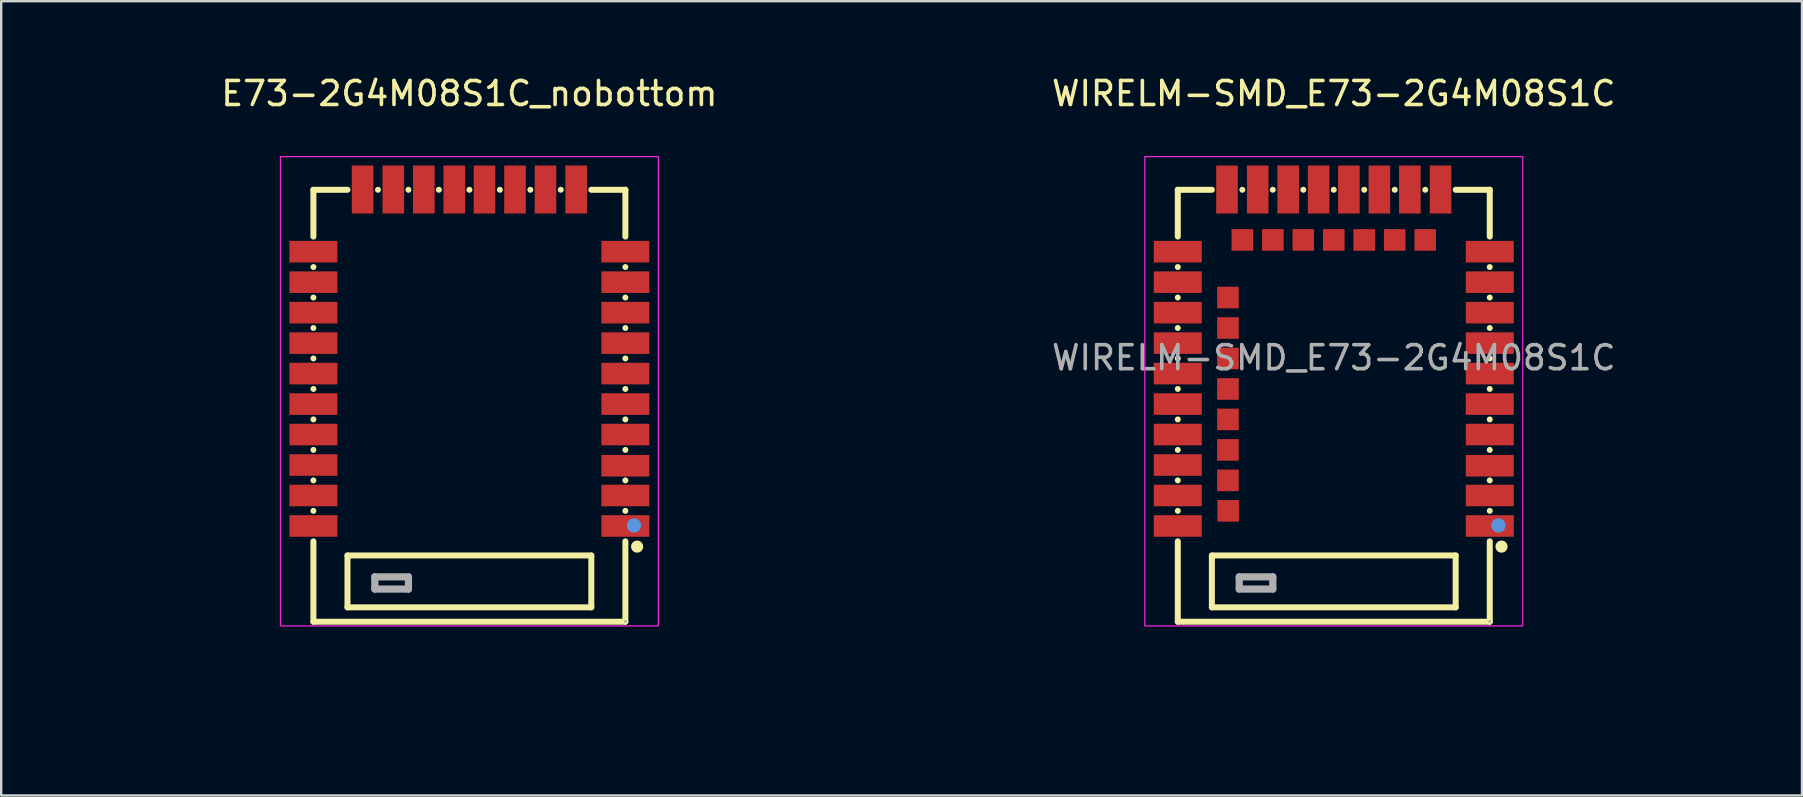
<source format=kicad_pcb>
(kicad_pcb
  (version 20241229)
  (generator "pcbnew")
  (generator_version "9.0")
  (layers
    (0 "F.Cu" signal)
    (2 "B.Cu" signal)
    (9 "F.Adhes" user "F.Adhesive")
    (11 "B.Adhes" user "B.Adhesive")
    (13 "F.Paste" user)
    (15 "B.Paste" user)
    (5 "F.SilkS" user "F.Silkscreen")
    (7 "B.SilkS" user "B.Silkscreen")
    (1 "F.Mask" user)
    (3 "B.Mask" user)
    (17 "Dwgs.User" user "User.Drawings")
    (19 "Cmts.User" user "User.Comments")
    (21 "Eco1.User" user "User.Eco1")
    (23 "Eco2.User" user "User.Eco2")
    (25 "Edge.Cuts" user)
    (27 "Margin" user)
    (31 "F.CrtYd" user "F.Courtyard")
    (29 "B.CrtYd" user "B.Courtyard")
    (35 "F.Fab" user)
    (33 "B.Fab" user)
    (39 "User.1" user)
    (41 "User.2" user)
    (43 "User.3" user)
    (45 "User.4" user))
  (footprint "E73-2G4M08S1C_nobottom"
    (layer "F.Cu")
    (at 16.51 11.858)
    (property "Reference" "E73-2G4M08S1C_nobottom" (at 0 -11.01 0) (layer "F.SilkS") (effects (font (size 1 1) (thickness 0.15))))
    (attr smd)
    (fp_line (start -6.5 -7) (end -6.5 -5.05) (stroke (width 0.25) (type solid)) (layer "F.SilkS"))
    (fp_line (start -6.5 -7) (end -5.08 -7) (stroke (width 0.25) (type solid)) (layer "F.SilkS"))
    (fp_line (start -6.5 -3.78) (end -6.5 -3.78) (stroke (width 0.25) (type solid)) (layer "F.SilkS"))
    (fp_line (start -6.5 -2.51) (end -6.5 -2.51) (stroke (width 0.25) (type solid)) (layer "F.SilkS"))
    (fp_line (start -6.5 -1.24) (end -6.5 -1.24) (stroke (width 0.25) (type solid)) (layer "F.SilkS"))
    (fp_line (start -6.5 0.03) (end -6.5 0.03) (stroke (width 0.25) (type solid)) (layer "F.SilkS"))
    (fp_line (start -6.5 1.3) (end -6.5 1.3) (stroke (width 0.25) (type solid)) (layer "F.SilkS"))
    (fp_line (start -6.5 2.57) (end -6.5 2.57) (stroke (width 0.25) (type solid)) (layer "F.SilkS"))
    (fp_line (start -6.5 3.84) (end -6.5 3.84) (stroke (width 0.25) (type solid)) (layer "F.SilkS"))
    (fp_line (start -6.5 5.11) (end -6.5 5.11) (stroke (width 0.25) (type solid)) (layer "F.SilkS"))
    (fp_line (start -6.5 6.38) (end -6.5 6.38) (stroke (width 0.25) (type solid)) (layer "F.SilkS"))
    (fp_line (start -6.5 7.65) (end -6.5 11) (stroke (width 0.25) (type solid)) (layer "F.SilkS"))
    (fp_line (start -5.08 8.24) (end 5.08 8.24) (stroke (width 0.25) (type solid)) (layer "F.SilkS"))
    (fp_line (start -5.08 10.4) (end -5.08 8.24) (stroke (width 0.25) (type solid)) (layer "F.SilkS"))
    (fp_line (start -3.81 -7) (end -3.81 -7) (stroke (width 0.25) (type solid)) (layer "F.SilkS"))
    (fp_line (start -2.54 -7) (end -2.54 -7) (stroke (width 0.25) (type solid)) (layer "F.SilkS"))
    (fp_line (start -1.27 -7) (end -1.27 -7) (stroke (width 0.25) (type solid)) (layer "F.SilkS"))
    (fp_line (start 0 -7) (end 0 -7) (stroke (width 0.25) (type solid)) (layer "F.SilkS"))
    (fp_line (start 1.27 -7) (end 1.27 -7) (stroke (width 0.25) (type solid)) (layer "F.SilkS"))
    (fp_line (start 2.54 -7) (end 2.54 -7) (stroke (width 0.25) (type solid)) (layer "F.SilkS"))
    (fp_line (start 3.81 -7) (end 3.81 -7) (stroke (width 0.25) (type solid)) (layer "F.SilkS"))
    (fp_line (start 5.08 -7) (end 6.5 -7) (stroke (width 0.25) (type solid)) (layer "F.SilkS"))
    (fp_line (start 5.08 8.24) (end 5.08 10.4) (stroke (width 0.25) (type solid)) (layer "F.SilkS"))
    (fp_line (start 5.08 10.4) (end -5.08 10.4) (stroke (width 0.25) (type solid)) (layer "F.SilkS"))
    (fp_line (start 6.5 -7) (end 6.5 -5.05) (stroke (width 0.25) (type solid)) (layer "F.SilkS"))
    (fp_line (start 6.5 -3.78) (end 6.5 -3.78) (stroke (width 0.25) (type solid)) (layer "F.SilkS"))
    (fp_line (start 6.5 -2.51) (end 6.5 -2.51) (stroke (width 0.25) (type solid)) (layer "F.SilkS"))
    (fp_line (start 6.5 -1.24) (end 6.5 -1.24) (stroke (width 0.25) (type solid)) (layer "F.SilkS"))
    (fp_line (start 6.5 0.03) (end 6.5 0.03) (stroke (width 0.25) (type solid)) (layer "F.SilkS"))
    (fp_line (start 6.5 1.3) (end 6.5 1.3) (stroke (width 0.25) (type solid)) (layer "F.SilkS"))
    (fp_line (start 6.5 2.57) (end 6.5 2.57) (stroke (width 0.25) (type solid)) (layer "F.SilkS"))
    (fp_line (start 6.5 3.84) (end 6.5 3.84) (stroke (width 0.25) (type solid)) (layer "F.SilkS"))
    (fp_line (start 6.5 5.11) (end 6.5 5.11) (stroke (width 0.25) (type solid)) (layer "F.SilkS"))
    (fp_line (start 6.5 6.38) (end 6.5 6.38) (stroke (width 0.25) (type solid)) (layer "F.SilkS"))
    (fp_line (start 6.5 7.65) (end 6.5 11) (stroke (width 0.25) (type solid)) (layer "F.SilkS"))
    (fp_line (start 6.5 11) (end -6.5 11) (stroke (width 0.25) (type solid)) (layer "F.SilkS"))
    (fp_circle (center 6.99 7.87) (end 7.12 7.87) (stroke (width 0.25) (type solid)) (fill no) (layer "F.SilkS"))
    (fp_circle (center 6.86 6.99) (end 7.01 6.99) (stroke (width 0.3) (type solid)) (fill no) (layer "Cmts.User"))
    (fp_rect (start -7.874 -8.382) (end 7.874 11.176) (stroke (width 0.05) (type default)) (fill no) (layer "F.CrtYd"))
    (fp_line (start -3.94 9.13) (end -2.54 9.13) (stroke (width 0.3) (type solid)) (layer "F.Fab"))
    (fp_line (start -3.94 9.64) (end -3.94 9.13) (stroke (width 0.3) (type solid)) (layer "F.Fab"))
    (fp_line (start -2.54 9.13) (end -2.54 9.64) (stroke (width 0.3) (type solid)) (layer "F.Fab"))
    (fp_line (start -2.54 9.64) (end -3.94 9.64) (stroke (width 0.3) (type solid)) (layer "F.Fab"))
    (fp_circle (center 6.5 10.98) (end 6.53 10.98) (stroke (width 0.06) (type solid)) (fill no) (layer "F.Fab"))
    (pad "1" smd rect (at 6.5 7.01 90) (size 0.9 2) (layers "F.Cu" "F.Mask" "F.Paste"))
    (pad "2" smd rect (at 6.5 5.74 90) (size 0.9 2) (layers "F.Cu" "F.Mask" "F.Paste"))
    (pad "3" smd rect (at 6.5 4.5 90) (size 0.9 2) (layers "F.Cu" "F.Mask" "F.Paste"))
    (pad "4" smd rect (at 6.5 3.2 90) (size 0.9 2) (layers "F.Cu" "F.Mask" "F.Paste"))
    (pad "5" smd rect (at 6.5 1.93 90) (size 0.9 2) (layers "F.Cu" "F.Mask" "F.Paste"))
    (pad "6" smd rect (at 6.5 0.66 90) (size 0.9 2) (layers "F.Cu" "F.Mask" "F.Paste"))
    (pad "7" smd rect (at 6.5 -0.61 90) (size 0.9 2) (layers "F.Cu" "F.Mask" "F.Paste"))
    (pad "8" smd rect (at 6.5 -1.88 90) (size 0.9 2) (layers "F.Cu" "F.Mask" "F.Paste"))
    (pad "9" smd rect (at 6.5 -3.15 90) (size 0.9 2) (layers "F.Cu" "F.Mask" "F.Paste"))
    (pad "10" smd rect (at 6.5 -4.42 90) (size 0.9 2) (layers "F.Cu" "F.Mask" "F.Paste"))
    (pad "11" smd rect (at 4.45 -7.01 180) (size 0.9 2) (layers "F.Cu" "F.Mask" "F.Paste"))
    (pad "13" smd rect (at 3.17 -7.01 180) (size 0.9 2) (layers "F.Cu" "F.Mask" "F.Paste"))
    (pad "15" smd rect (at 1.9 -7.01 180) (size 0.9 2) (layers "F.Cu" "F.Mask" "F.Paste"))
    (pad "17" smd rect (at 0.63 -7.01 180) (size 0.9 2) (layers "F.Cu" "F.Mask" "F.Paste"))
    (pad "19" smd rect (at -0.63 -7.01 180) (size 0.9 2) (layers "F.Cu" "F.Mask" "F.Paste"))
    (pad "21" smd rect (at -1.9 -7.01 180) (size 0.9 2) (layers "F.Cu" "F.Mask" "F.Paste"))
    (pad "23" smd rect (at -3.17 -7.01 180) (size 0.9 2) (layers "F.Cu" "F.Mask" "F.Paste"))
    (pad "25" smd rect (at -4.45 -7.01 180) (size 0.9 2) (layers "F.Cu" "F.Mask" "F.Paste"))
    (pad "26" smd rect (at -6.5 -4.42 270) (size 0.9 2) (layers "F.Cu" "F.Mask" "F.Paste"))
    (pad "27" smd rect (at -6.5 -3.15 270) (size 0.9 2) (layers "F.Cu" "F.Mask" "F.Paste"))
    (pad "29" smd rect (at -6.5 -1.88 270) (size 0.9 2) (layers "F.Cu" "F.Mask" "F.Paste"))
    (pad "31" smd rect (at -6.5 -0.61 270) (size 0.9 2) (layers "F.Cu" "F.Mask" "F.Paste"))
    (pad "33" smd rect (at -6.5 0.66 270) (size 0.9 2) (layers "F.Cu" "F.Mask" "F.Paste"))
    (pad "35" smd rect (at -6.5 1.93 270) (size 0.9 2) (layers "F.Cu" "F.Mask" "F.Paste"))
    (pad "37" smd rect (at -6.5 3.2 270) (size 0.9 2) (layers "F.Cu" "F.Mask" "F.Paste"))
    (pad "39" smd rect (at -6.5 4.47 270) (size 0.9 2) (layers "F.Cu" "F.Mask" "F.Paste"))
    (pad "41" smd rect (at -6.5 5.74 270) (size 0.9 2) (layers "F.Cu" "F.Mask" "F.Paste"))
    (pad "43" smd rect (at -6.5 7.01 270) (size 0.9 2) (layers "F.Cu" "F.Mask" "F.Paste"))
    (zone (net_name "") (layers "F.Cu" "B.Cu") (hatch edge 0.5) (connect_pads) (min_thickness 0.25) (filled_areas_thickness no) (keepout (tracks not_allowed) (vias not_allowed) (pads not_allowed) (copperpour not_allowed) (footprints allowed)) (placement (enabled no)) (fill) (polygon (pts (xy 0 19.478) (xy 33.02 19.478) (xy 33.02 27.098) (xy 0 27.098)))))
  (footprint "WIRELM-SMD_E73-2G4M08S1C"
    (layer "F.Cu")
    (at 52.53 11.858)
    (property "Reference" "WIRELM-SMD_E73-2G4M08S1C" (at 0 -11.01 0) (layer "F.SilkS") (effects (font (size 1 1) (thickness 0.15))))
    (attr smd)
    (fp_line (start -6.5 -7) (end -6.5 -5.05) (stroke (width 0.25) (type solid)) (layer "F.SilkS"))
    (fp_line (start -6.5 -7) (end -5.08 -7) (stroke (width 0.25) (type solid)) (layer "F.SilkS"))
    (fp_line (start -6.5 -3.78) (end -6.5 -3.78) (stroke (width 0.25) (type solid)) (layer "F.SilkS"))
    (fp_line (start -6.5 -2.51) (end -6.5 -2.51) (stroke (width 0.25) (type solid)) (layer "F.SilkS"))
    (fp_line (start -6.5 -1.24) (end -6.5 -1.24) (stroke (width 0.25) (type solid)) (layer "F.SilkS"))
    (fp_line (start -6.5 0.03) (end -6.5 0.03) (stroke (width 0.25) (type solid)) (layer "F.SilkS"))
    (fp_line (start -6.5 1.3) (end -6.5 1.3) (stroke (width 0.25) (type solid)) (layer "F.SilkS"))
    (fp_line (start -6.5 2.57) (end -6.5 2.57) (stroke (width 0.25) (type solid)) (layer "F.SilkS"))
    (fp_line (start -6.5 3.84) (end -6.5 3.84) (stroke (width 0.25) (type solid)) (layer "F.SilkS"))
    (fp_line (start -6.5 5.11) (end -6.5 5.11) (stroke (width 0.25) (type solid)) (layer "F.SilkS"))
    (fp_line (start -6.5 6.38) (end -6.5 6.38) (stroke (width 0.25) (type solid)) (layer "F.SilkS"))
    (fp_line (start -6.5 7.65) (end -6.5 11) (stroke (width 0.25) (type solid)) (layer "F.SilkS"))
    (fp_line (start -5.08 8.24) (end 5.08 8.24) (stroke (width 0.25) (type solid)) (layer "F.SilkS"))
    (fp_line (start -5.08 10.4) (end -5.08 8.24) (stroke (width 0.25) (type solid)) (layer "F.SilkS"))
    (fp_line (start -3.81 -7) (end -3.81 -7) (stroke (width 0.25) (type solid)) (layer "F.SilkS"))
    (fp_line (start -2.54 -7) (end -2.54 -7) (stroke (width 0.25) (type solid)) (layer "F.SilkS"))
    (fp_line (start -1.27 -7) (end -1.27 -7) (stroke (width 0.25) (type solid)) (layer "F.SilkS"))
    (fp_line (start 0 -7) (end 0 -7) (stroke (width 0.25) (type solid)) (layer "F.SilkS"))
    (fp_line (start 1.27 -7) (end 1.27 -7) (stroke (width 0.25) (type solid)) (layer "F.SilkS"))
    (fp_line (start 2.54 -7) (end 2.54 -7) (stroke (width 0.25) (type solid)) (layer "F.SilkS"))
    (fp_line (start 3.81 -7) (end 3.81 -7) (stroke (width 0.25) (type solid)) (layer "F.SilkS"))
    (fp_line (start 5.08 -7) (end 6.5 -7) (stroke (width 0.25) (type solid)) (layer "F.SilkS"))
    (fp_line (start 5.08 8.24) (end 5.08 10.4) (stroke (width 0.25) (type solid)) (layer "F.SilkS"))
    (fp_line (start 5.08 10.4) (end -5.08 10.4) (stroke (width 0.25) (type solid)) (layer "F.SilkS"))
    (fp_line (start 6.5 -7) (end 6.5 -5.05) (stroke (width 0.25) (type solid)) (layer "F.SilkS"))
    (fp_line (start 6.5 -3.78) (end 6.5 -3.78) (stroke (width 0.25) (type solid)) (layer "F.SilkS"))
    (fp_line (start 6.5 -2.51) (end 6.5 -2.51) (stroke (width 0.25) (type solid)) (layer "F.SilkS"))
    (fp_line (start 6.5 -1.24) (end 6.5 -1.24) (stroke (width 0.25) (type solid)) (layer "F.SilkS"))
    (fp_line (start 6.5 0.03) (end 6.5 0.03) (stroke (width 0.25) (type solid)) (layer "F.SilkS"))
    (fp_line (start 6.5 1.3) (end 6.5 1.3) (stroke (width 0.25) (type solid)) (layer "F.SilkS"))
    (fp_line (start 6.5 2.57) (end 6.5 2.57) (stroke (width 0.25) (type solid)) (layer "F.SilkS"))
    (fp_line (start 6.5 3.84) (end 6.5 3.84) (stroke (width 0.25) (type solid)) (layer "F.SilkS"))
    (fp_line (start 6.5 5.11) (end 6.5 5.11) (stroke (width 0.25) (type solid)) (layer "F.SilkS"))
    (fp_line (start 6.5 6.38) (end 6.5 6.38) (stroke (width 0.25) (type solid)) (layer "F.SilkS"))
    (fp_line (start 6.5 7.65) (end 6.5 11) (stroke (width 0.25) (type solid)) (layer "F.SilkS"))
    (fp_line (start 6.5 11) (end -6.5 11) (stroke (width 0.25) (type solid)) (layer "F.SilkS"))
    (fp_circle (center 6.99 7.87) (end 7.12 7.87) (stroke (width 0.25) (type solid)) (fill no) (layer "F.SilkS"))
    (fp_circle (center 6.86 6.99) (end 7.01 6.99) (stroke (width 0.3) (type solid)) (fill no) (layer "Cmts.User"))
    (fp_rect (start -7.874 -8.382) (end 7.874 11.176) (stroke (width 0.05) (type default)) (fill no) (layer "F.CrtYd"))
    (fp_line (start -3.94 9.13) (end -2.54 9.13) (stroke (width 0.3) (type solid)) (layer "F.Fab"))
    (fp_line (start -3.94 9.64) (end -3.94 9.13) (stroke (width 0.3) (type solid)) (layer "F.Fab"))
    (fp_line (start -2.54 9.13) (end -2.54 9.64) (stroke (width 0.3) (type solid)) (layer "F.Fab"))
    (fp_line (start -2.54 9.64) (end -3.94 9.64) (stroke (width 0.3) (type solid)) (layer "F.Fab"))
    (fp_circle (center 6.5 10.98) (end 6.53 10.98) (stroke (width 0.06) (type solid)) (fill no) (layer "F.Fab"))
    (fp_text user "${REFERENCE}" (at 0 0 0) (layer "F.Fab") (effects (font (size 1 1) (thickness 0.15))))
    (pad "1" smd rect (at 6.5 7.01 90) (size 0.9 2) (layers "F.Cu" "F.Mask" "F.Paste"))
    (pad "2" smd rect (at 6.5 5.74 90) (size 0.9 2) (layers "F.Cu" "F.Mask" "F.Paste"))
    (pad "3" smd rect (at 6.5 4.5 90) (size 0.9 2) (layers "F.Cu" "F.Mask" "F.Paste"))
    (pad "4" smd rect (at 6.5 3.2 90) (size 0.9 2) (layers "F.Cu" "F.Mask" "F.Paste"))
    (pad "5" smd rect (at 6.5 1.93 90) (size 0.9 2) (layers "F.Cu" "F.Mask" "F.Paste"))
    (pad "6" smd rect (at 6.5 0.66 90) (size 0.9 2) (layers "F.Cu" "F.Mask" "F.Paste"))
    (pad "7" smd rect (at 6.5 -0.61 90) (size 0.9 2) (layers "F.Cu" "F.Mask" "F.Paste"))
    (pad "8" smd rect (at 6.5 -1.88 90) (size 0.9 2) (layers "F.Cu" "F.Mask" "F.Paste"))
    (pad "9" smd rect (at 6.5 -3.15 90) (size 0.9 2) (layers "F.Cu" "F.Mask" "F.Paste"))
    (pad "10" smd rect (at 6.5 -4.42 90) (size 0.9 2) (layers "F.Cu" "F.Mask" "F.Paste"))
    (pad "11" smd rect (at 4.45 -7.01 180) (size 0.9 2) (layers "F.Cu" "F.Mask" "F.Paste"))
    (pad "12" smd rect (at 3.81 -4.91 180) (size 0.9 0.9) (layers "F.Cu" "F.Mask" "F.Paste"))
    (pad "13" smd rect (at 3.17 -7.01 180) (size 0.9 2) (layers "F.Cu" "F.Mask" "F.Paste"))
    (pad "14" smd rect (at 2.54 -4.91 180) (size 0.9 0.9) (layers "F.Cu" "F.Mask" "F.Paste"))
    (pad "15" smd rect (at 1.9 -7.01 180) (size 0.9 2) (layers "F.Cu" "F.Mask" "F.Paste"))
    (pad "16" smd rect (at 1.27 -4.91 180) (size 0.9 0.9) (layers "F.Cu" "F.Mask" "F.Paste"))
    (pad "17" smd rect (at 0.63 -7.01 180) (size 0.9 2) (layers "F.Cu" "F.Mask" "F.Paste"))
    (pad "18" smd rect (at 0 -4.91 180) (size 0.9 0.9) (layers "F.Cu" "F.Mask" "F.Paste"))
    (pad "19" smd rect (at -0.63 -7.01 180) (size 0.9 2) (layers "F.Cu" "F.Mask" "F.Paste"))
    (pad "20" smd rect (at -1.27 -4.91 180) (size 0.9 0.9) (layers "F.Cu" "F.Mask" "F.Paste"))
    (pad "21" smd rect (at -1.9 -7.01 180) (size 0.9 2) (layers "F.Cu" "F.Mask" "F.Paste"))
    (pad "22" smd rect (at -2.54 -4.91 180) (size 0.9 0.9) (layers "F.Cu" "F.Mask" "F.Paste"))
    (pad "23" smd rect (at -3.17 -7.01 180) (size 0.9 2) (layers "F.Cu" "F.Mask" "F.Paste"))
    (pad "24" smd rect (at -3.81 -4.91 180) (size 0.9 0.9) (layers "F.Cu" "F.Mask" "F.Paste"))
    (pad "25" smd rect (at -4.45 -7.01 180) (size 0.9 2) (layers "F.Cu" "F.Mask" "F.Paste"))
    (pad "26" smd rect (at -6.5 -4.42 270) (size 0.9 2) (layers "F.Cu" "F.Mask" "F.Paste"))
    (pad "27" smd rect (at -6.5 -3.15 270) (size 0.9 2) (layers "F.Cu" "F.Mask" "F.Paste"))
    (pad "28" smd rect (at -4.41 -2.51 270) (size 0.9 0.9) (layers "F.Cu" "F.Mask" "F.Paste"))
    (pad "29" smd rect (at -6.5 -1.88 270) (size 0.9 2) (layers "F.Cu" "F.Mask" "F.Paste"))
    (pad "30" smd rect (at -4.41 -1.24 270) (size 0.9 0.9) (layers "F.Cu" "F.Mask" "F.Paste"))
    (pad "31" smd rect (at -6.5 -0.61 270) (size 0.9 2) (layers "F.Cu" "F.Mask" "F.Paste"))
    (pad "32" smd rect (at -4.41 0.03 270) (size 0.9 0.9) (layers "F.Cu" "F.Mask" "F.Paste"))
    (pad "33" smd rect (at -6.5 0.66 270) (size 0.9 2) (layers "F.Cu" "F.Mask" "F.Paste"))
    (pad "34" smd rect (at -4.41 1.3 270) (size 0.9 0.9) (layers "F.Cu" "F.Mask" "F.Paste"))
    (pad "35" smd rect (at -6.5 1.93 270) (size 0.9 2) (layers "F.Cu" "F.Mask" "F.Paste"))
    (pad "36" smd rect (at -4.41 2.57 270) (size 0.9 0.9) (layers "F.Cu" "F.Mask" "F.Paste"))
    (pad "37" smd rect (at -6.5 3.2 270) (size 0.9 2) (layers "F.Cu" "F.Mask" "F.Paste"))
    (pad "38" smd rect (at -4.41 3.84 270) (size 0.9 0.9) (layers "F.Cu" "F.Mask" "F.Paste"))
    (pad "39" smd rect (at -6.5 4.47 270) (size 0.9 2) (layers "F.Cu" "F.Mask" "F.Paste"))
    (pad "40" smd rect (at -4.41 5.11 270) (size 0.9 0.9) (layers "F.Cu" "F.Mask" "F.Paste"))
    (pad "41" smd rect (at -6.5 5.74 270) (size 0.9 2) (layers "F.Cu" "F.Mask" "F.Paste"))
    (pad "42" smd rect (at -4.4 6.38 270) (size 0.9 0.9) (layers "F.Cu" "F.Mask" "F.Paste"))
    (pad "43" smd rect (at -6.5 7.01 270) (size 0.9 2) (layers "F.Cu" "F.Mask" "F.Paste"))
    (zone (net_name "") (layers "F.Cu" "B.Cu") (hatch edge 0.5) (connect_pads) (min_thickness 0.25) (filled_areas_thickness no) (keepout (tracks not_allowed) (vias not_allowed) (pads not_allowed) (copperpour not_allowed) (footprints allowed)) (placement (enabled no)) (fill) (polygon (pts (xy 36.02 19.478) (xy 69.04 19.478) (xy 69.04 27.098) (xy 36.02 27.098)))))
  (gr_rect
    (start -3 -3)
    (end 72.04 30.098)
    (stroke (width 0.1) (type default))
    (fill no)
    (layer "Edge.Cuts")))
</source>
